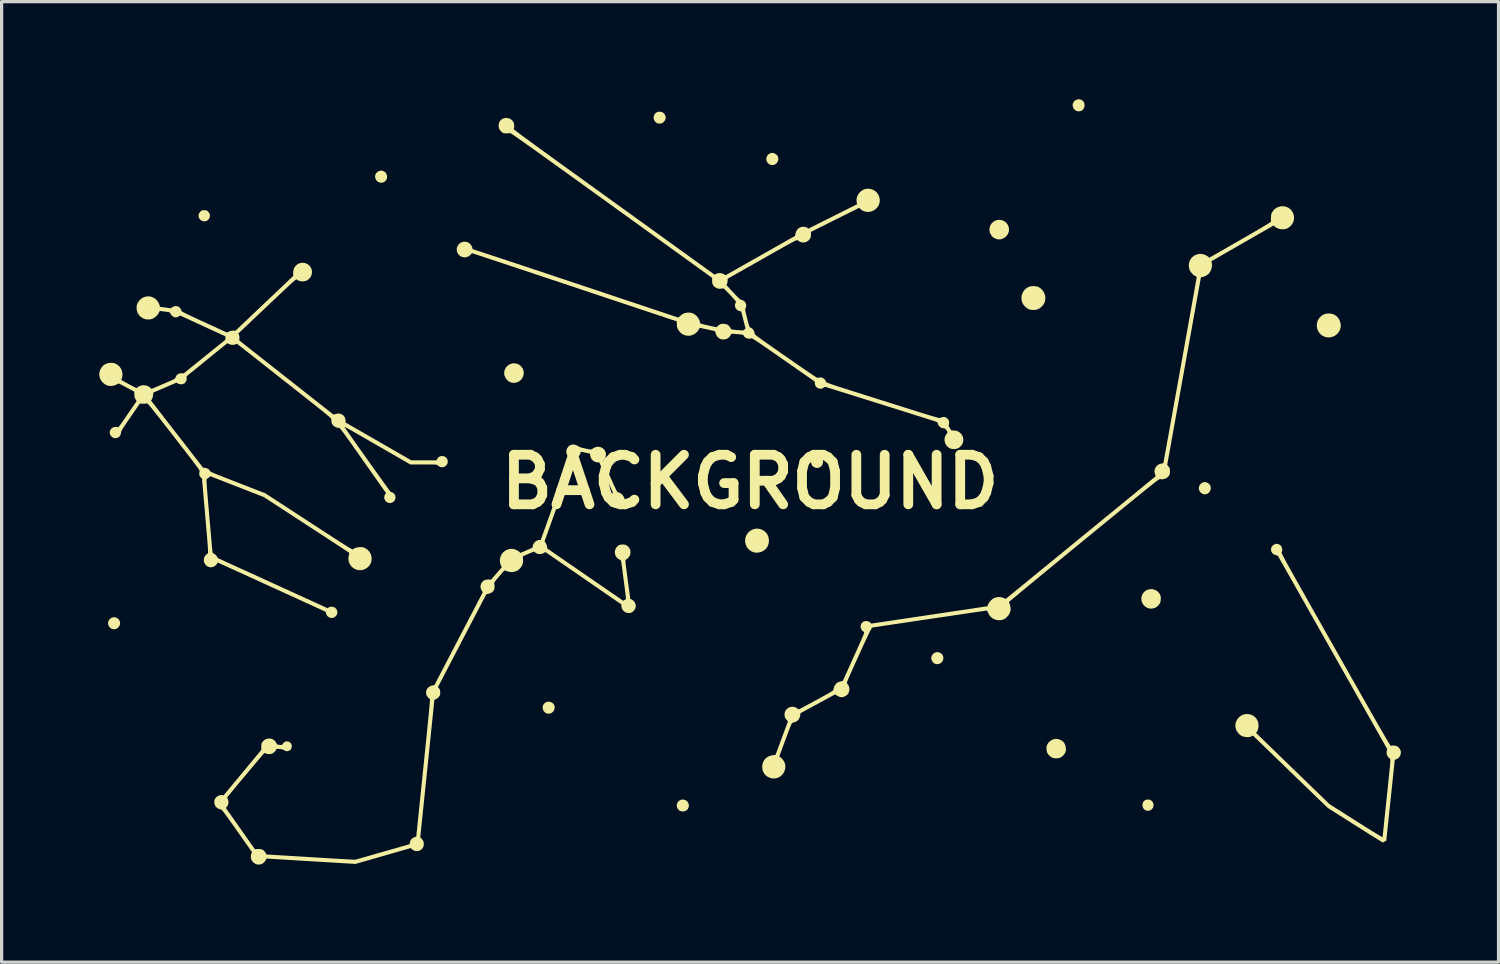
<source format=kicad_pcb>
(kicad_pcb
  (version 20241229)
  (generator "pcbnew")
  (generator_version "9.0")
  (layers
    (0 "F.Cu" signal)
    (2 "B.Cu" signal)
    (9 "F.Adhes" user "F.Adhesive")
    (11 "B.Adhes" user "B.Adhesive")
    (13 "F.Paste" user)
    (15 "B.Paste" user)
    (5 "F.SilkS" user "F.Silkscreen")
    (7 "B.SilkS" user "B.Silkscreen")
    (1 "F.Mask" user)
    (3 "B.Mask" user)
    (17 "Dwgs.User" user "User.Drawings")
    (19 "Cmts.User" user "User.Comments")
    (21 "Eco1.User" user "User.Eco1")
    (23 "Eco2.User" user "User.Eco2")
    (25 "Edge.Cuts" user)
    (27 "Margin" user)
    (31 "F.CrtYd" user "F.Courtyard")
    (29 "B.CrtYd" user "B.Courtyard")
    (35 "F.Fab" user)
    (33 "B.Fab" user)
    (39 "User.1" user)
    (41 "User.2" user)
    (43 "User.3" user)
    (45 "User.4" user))
  (footprint "BACKGROUND"
    (layer "F.Cu")
    (at 20.003 11.761)
    (property "Reference" "BACKGROUND" (at 0 0 0) (layer "F.SilkS") (effects (font (size 1.524 1.524) (thickness 0.3))))
    (attr through_hole)
    (fp_poly (pts (xy -11.297 -9.563) (xy -11.242 -9.54) (xy -11.206 -9.51) (xy -11.169 -9.455) (xy -11.154 -9.397) (xy -11.158 -9.339) (xy -11.179 -9.285) (xy -11.216 -9.241) (xy -11.264 -9.209) (xy -11.323 -9.195) (xy -11.378 -9.199) (xy -11.44 -9.224) (xy -11.487 -9.27) (xy -11.512 -9.315) (xy -11.526 -9.377) (xy -11.519 -9.434) (xy -11.494 -9.484) (xy -11.456 -9.525) (xy -11.407 -9.553) (xy -11.353 -9.567)) (stroke (width 0) (type solid)) (fill yes) (layer "F.SilkS"))
    (fp_poly (pts (xy -6.129 6.764) (xy -6.078 6.79) (xy -6.037 6.83) (xy -6.011 6.883) (xy -6.004 6.932) (xy -6.016 6.996) (xy -6.046 7.051) (xy -6.091 7.094) (xy -6.147 7.119) (xy -6.208 7.125) (xy -6.243 7.118) (xy -6.3 7.089) (xy -6.343 7.043) (xy -6.368 6.986) (xy -6.375 6.925) (xy -6.362 6.863) (xy -6.342 6.828) (xy -6.297 6.784) (xy -6.244 6.759) (xy -6.186 6.753)) (stroke (width 0) (type solid)) (fill yes) (layer "F.SilkS"))
    (fp_poly (pts (xy -2.711 -11.367) (xy -2.658 -11.336) (xy -2.617 -11.287) (xy -2.612 -11.277) (xy -2.592 -11.216) (xy -2.597 -11.157) (xy -2.619 -11.107) (xy -2.662 -11.055) (xy -2.718 -11.022) (xy -2.781 -11.011) (xy -2.846 -11.022) (xy -2.871 -11.033) (xy -2.919 -11.072) (xy -2.951 -11.125) (xy -2.965 -11.185) (xy -2.959 -11.248) (xy -2.933 -11.305) (xy -2.887 -11.349) (xy -2.831 -11.374) (xy -2.771 -11.38)) (stroke (width 0) (type solid)) (fill yes) (layer "F.SilkS"))
    (fp_poly (pts (xy 2.12 -0.792) (xy 2.174 -0.76) (xy 2.216 -0.714) (xy 2.241 -0.659) (xy 2.245 -0.622) (xy 2.234 -0.555) (xy 2.204 -0.499) (xy 2.16 -0.458) (xy 2.104 -0.433) (xy 2.042 -0.429) (xy 2 -0.439) (xy 1.938 -0.471) (xy 1.898 -0.515) (xy 1.878 -0.574) (xy 1.875 -0.616) (xy 1.887 -0.679) (xy 1.919 -0.733) (xy 1.966 -0.775) (xy 2.024 -0.8) (xy 2.06 -0.804)) (stroke (width 0) (type solid)) (fill yes) (layer "F.SilkS"))
    (fp_poly (pts (xy 12.266 9.764) (xy 12.323 9.787) (xy 12.368 9.829) (xy 12.375 9.84) (xy 12.399 9.9) (xy 12.401 9.959) (xy 12.383 10.014) (xy 12.349 10.059) (xy 12.302 10.092) (xy 12.245 10.108) (xy 12.186 10.104) (xy 12.131 10.08) (xy 12.091 10.04) (xy 12.066 9.989) (xy 12.057 9.933) (xy 12.064 9.877) (xy 12.089 9.826) (xy 12.132 9.786) (xy 12.144 9.779) (xy 12.205 9.761)) (stroke (width 0) (type solid)) (fill yes) (layer "F.SilkS"))
    (fp_poly (pts (xy -19.504 4.163) (xy -19.448 4.187) (xy -19.4 4.229) (xy -19.388 4.247) (xy -19.364 4.306) (xy -19.362 4.364) (xy -19.379 4.418) (xy -19.41 4.465) (xy -19.453 4.502) (xy -19.505 4.525) (xy -19.562 4.53) (xy -19.62 4.515) (xy -19.648 4.5) (xy -19.697 4.453) (xy -19.726 4.395) (xy -19.733 4.332) (xy -19.716 4.267) (xy -19.713 4.261) (xy -19.674 4.209) (xy -19.623 4.175) (xy -19.564 4.159)) (stroke (width 0) (type solid)) (fill yes) (layer "F.SilkS"))
    (fp_poly (pts (xy -2.04 9.763) (xy -1.978 9.783) (xy -1.93 9.82) (xy -1.897 9.871) (xy -1.881 9.929) (xy -1.886 9.991) (xy -1.912 10.051) (xy -1.916 10.056) (xy -1.961 10.099) (xy -2.018 10.124) (xy -2.081 10.13) (xy -2.143 10.115) (xy -2.17 10.1) (xy -2.219 10.055) (xy -2.246 10.002) (xy -2.255 9.946) (xy -2.246 9.89) (xy -2.221 9.84) (xy -2.182 9.799) (xy -2.13 9.771) (xy -2.067 9.761)) (stroke (width 0) (type solid)) (fill yes) (layer "F.SilkS"))
    (fp_poly (pts (xy 0.708 -10.11) (xy 0.762 -10.091) (xy 0.81 -10.06) (xy 0.842 -10.025) (xy 0.866 -9.965) (xy 0.868 -9.905) (xy 0.852 -9.85) (xy 0.821 -9.802) (xy 0.778 -9.764) (xy 0.726 -9.741) (xy 0.668 -9.737) (xy 0.608 -9.753) (xy 0.599 -9.758) (xy 0.546 -9.798) (xy 0.513 -9.849) (xy 0.498 -9.906) (xy 0.502 -9.964) (xy 0.524 -10.018) (xy 0.561 -10.065) (xy 0.615 -10.098) (xy 0.659 -10.111)) (stroke (width 0) (type solid)) (fill yes) (layer "F.SilkS"))
    (fp_poly (pts (xy 5.792 5.234) (xy 5.847 5.253) (xy 5.894 5.291) (xy 5.923 5.333) (xy 5.941 5.394) (xy 5.938 5.454) (xy 5.917 5.507) (xy 5.881 5.551) (xy 5.833 5.584) (xy 5.777 5.601) (xy 5.718 5.6) (xy 5.657 5.577) (xy 5.654 5.575) (xy 5.616 5.54) (xy 5.586 5.49) (xy 5.568 5.437) (xy 5.567 5.392) (xy 5.59 5.329) (xy 5.629 5.281) (xy 5.678 5.248) (xy 5.734 5.232)) (stroke (width 0) (type solid)) (fill yes) (layer "F.SilkS"))
    (fp_poly (pts (xy -16.731 -8.348) (xy -16.7 -8.34) (xy -16.675 -8.325) (xy -16.667 -8.318) (xy -16.622 -8.263) (xy -16.601 -8.205) (xy -16.601 -8.162) (xy -16.621 -8.098) (xy -16.659 -8.05) (xy -16.71 -8.018) (xy -16.771 -8.007) (xy -16.833 -8.018) (xy -16.89 -8.05) (xy -16.93 -8.098) (xy -16.95 -8.149) (xy -16.952 -8.203) (xy -16.935 -8.252) (xy -16.898 -8.303) (xy -16.871 -8.329) (xy -16.848 -8.343) (xy -16.819 -8.349) (xy -16.778 -8.35)) (stroke (width 0) (type solid)) (fill yes) (layer "F.SilkS"))
    (fp_poly (pts (xy 10.175 -11.746) (xy 10.18 -11.744) (xy 10.236 -11.702) (xy 10.27 -11.648) (xy 10.282 -11.582) (xy 10.282 -11.581) (xy 10.272 -11.511) (xy 10.241 -11.454) (xy 10.195 -11.413) (xy 10.135 -11.391) (xy 10.067 -11.391) (xy 10.055 -11.393) (xy 10 -11.417) (xy 9.955 -11.46) (xy 9.924 -11.516) (xy 9.913 -11.58) (xy 9.913 -11.581) (xy 9.924 -11.641) (xy 9.955 -11.692) (xy 10.001 -11.731) (xy 10.057 -11.755) (xy 10.116 -11.761)) (stroke (width 0) (type solid)) (fill yes) (layer "F.SilkS"))
    (fp_poly (pts (xy 14.001 0.007) (xy 14.055 0.025) (xy 14.103 0.056) (xy 14.135 0.092) (xy 14.158 0.151) (xy 14.159 0.213) (xy 14.142 0.271) (xy 14.108 0.322) (xy 14.061 0.36) (xy 14.003 0.38) (xy 13.976 0.383) (xy 13.938 0.377) (xy 13.897 0.362) (xy 13.893 0.36) (xy 13.84 0.322) (xy 13.807 0.272) (xy 13.792 0.216) (xy 13.795 0.158) (xy 13.815 0.103) (xy 13.851 0.056) (xy 13.903 0.021) (xy 13.952 0.005)) (stroke (width 0) (type solid)) (fill yes) (layer "F.SilkS"))
    (fp_poly (pts (xy -7.158 -3.631) (xy -7.096 -3.602) (xy -7.038 -3.553) (xy -7.037 -3.552) (xy -6.988 -3.484) (xy -6.961 -3.406) (xy -6.956 -3.324) (xy -6.974 -3.242) (xy -6.983 -3.221) (xy -7.029 -3.149) (xy -7.092 -3.094) (xy -7.166 -3.058) (xy -7.247 -3.043) (xy -7.329 -3.05) (xy -7.406 -3.081) (xy -7.471 -3.133) (xy -7.52 -3.2) (xy -7.551 -3.281) (xy -7.553 -3.288) (xy -7.558 -3.369) (xy -7.541 -3.446) (xy -7.505 -3.515) (xy -7.452 -3.573) (xy -7.387 -3.616) (xy -7.312 -3.641) (xy -7.233 -3.645)) (stroke (width 0) (type solid)) (fill yes) (layer "F.SilkS"))
    (fp_poly (pts (xy 7.745 -8.043) (xy 7.817 -8.011) (xy 7.876 -7.964) (xy 7.92 -7.904) (xy 7.948 -7.836) (xy 7.959 -7.763) (xy 7.951 -7.688) (xy 7.923 -7.616) (xy 7.874 -7.55) (xy 7.859 -7.536) (xy 7.784 -7.483) (xy 7.706 -7.456) (xy 7.626 -7.453) (xy 7.562 -7.468) (xy 7.497 -7.498) (xy 7.447 -7.538) (xy 7.413 -7.579) (xy 7.373 -7.653) (xy 7.356 -7.73) (xy 7.36 -7.807) (xy 7.383 -7.879) (xy 7.422 -7.944) (xy 7.477 -7.997) (xy 7.545 -8.035) (xy 7.625 -8.054) (xy 7.66 -8.055)) (stroke (width 0) (type solid)) (fill yes) (layer "F.SilkS"))
    (fp_poly (pts (xy 12.362 3.295) (xy 12.446 3.318) (xy 12.52 3.362) (xy 12.579 3.427) (xy 12.601 3.462) (xy 12.617 3.511) (xy 12.624 3.574) (xy 12.62 3.641) (xy 12.607 3.703) (xy 12.595 3.733) (xy 12.545 3.802) (xy 12.479 3.854) (xy 12.402 3.886) (xy 12.319 3.896) (xy 12.271 3.891) (xy 12.194 3.865) (xy 12.126 3.818) (xy 12.072 3.754) (xy 12.036 3.679) (xy 12.031 3.657) (xy 12.024 3.574) (xy 12.04 3.496) (xy 12.075 3.426) (xy 12.127 3.368) (xy 12.193 3.324) (xy 12.269 3.299) (xy 12.352 3.294)) (stroke (width 0) (type solid)) (fill yes) (layer "F.SilkS"))
    (fp_poly (pts (xy 0.335 1.455) (xy 0.373 1.471) (xy 0.456 1.525) (xy 0.518 1.593) (xy 0.559 1.676) (xy 0.578 1.77) (xy 0.58 1.805) (xy 0.57 1.898) (xy 0.54 1.98) (xy 0.487 2.056) (xy 0.486 2.057) (xy 0.423 2.111) (xy 0.346 2.149) (xy 0.26 2.171) (xy 0.173 2.175) (xy 0.113 2.165) (xy 0.028 2.128) (xy -0.045 2.072) (xy -0.101 2) (xy -0.138 1.915) (xy -0.154 1.822) (xy -0.155 1.806) (xy -0.143 1.713) (xy -0.111 1.631) (xy -0.061 1.56) (xy 0.003 1.503) (xy 0.078 1.462) (xy 0.161 1.439) (xy 0.248 1.436)) (stroke (width 0) (type solid)) (fill yes) (layer "F.SilkS"))
    (fp_poly (pts (xy 9.472 7.906) (xy 9.538 7.928) (xy 9.596 7.961) (xy 9.628 7.988) (xy 9.669 8.048) (xy 9.696 8.121) (xy 9.708 8.198) (xy 9.702 8.272) (xy 9.691 8.31) (xy 9.658 8.366) (xy 9.611 8.419) (xy 9.558 8.461) (xy 9.536 8.473) (xy 9.474 8.491) (xy 9.401 8.496) (xy 9.33 8.488) (xy 9.281 8.472) (xy 9.218 8.432) (xy 9.164 8.375) (xy 9.129 8.315) (xy 9.115 8.261) (xy 9.109 8.197) (xy 9.114 8.134) (xy 9.126 8.085) (xy 9.169 8.015) (xy 9.229 7.958) (xy 9.302 7.918) (xy 9.383 7.898) (xy 9.409 7.897)) (stroke (width 0) (type solid)) (fill yes) (layer "F.SilkS"))
    (fp_poly (pts (xy 8.814 -6.007) (xy 8.873 -5.986) (xy 8.949 -5.933) (xy 9.009 -5.864) (xy 9.051 -5.784) (xy 9.073 -5.696) (xy 9.074 -5.605) (xy 9.052 -5.516) (xy 9.046 -5.501) (xy 9.006 -5.436) (xy 8.951 -5.376) (xy 8.886 -5.328) (xy 8.832 -5.302) (xy 8.758 -5.286) (xy 8.676 -5.284) (xy 8.598 -5.296) (xy 8.577 -5.302) (xy 8.513 -5.336) (xy 8.45 -5.389) (xy 8.398 -5.453) (xy 8.373 -5.495) (xy 8.344 -5.581) (xy 8.339 -5.67) (xy 8.354 -5.756) (xy 8.389 -5.837) (xy 8.441 -5.909) (xy 8.509 -5.966) (xy 8.588 -6.003) (xy 8.659 -6.017) (xy 8.738 -6.019)) (stroke (width 0) (type solid)) (fill yes) (layer "F.SilkS"))
    (fp_poly (pts (xy 17.824 -5.174) (xy 17.894 -5.163) (xy 17.945 -5.145) (xy 18.015 -5.101) (xy 18.067 -5.05) (xy 18.109 -4.984) (xy 18.115 -4.973) (xy 18.147 -4.882) (xy 18.155 -4.791) (xy 18.14 -4.703) (xy 18.104 -4.622) (xy 18.048 -4.55) (xy 17.972 -4.492) (xy 17.947 -4.479) (xy 17.86 -4.448) (xy 17.769 -4.439) (xy 17.681 -4.453) (xy 17.665 -4.458) (xy 17.58 -4.5) (xy 17.513 -4.558) (xy 17.463 -4.627) (xy 17.431 -4.705) (xy 17.417 -4.787) (xy 17.421 -4.871) (xy 17.444 -4.952) (xy 17.486 -5.028) (xy 17.547 -5.094) (xy 17.621 -5.144) (xy 17.678 -5.164) (xy 17.749 -5.174)) (stroke (width 0) (type solid)) (fill yes) (layer "F.SilkS"))
    (fp_poly (pts (xy 16.238 1.912) (xy 16.29 1.941) (xy 16.329 1.983) (xy 16.329 1.983) (xy 16.348 2.029) (xy 16.355 2.082) (xy 16.35 2.132) (xy 16.337 2.164) (xy 16.335 2.168) (xy 16.335 2.174) (xy 16.338 2.183) (xy 16.342 2.196) (xy 16.35 2.213) (xy 16.36 2.236) (xy 16.375 2.266) (xy 16.394 2.302) (xy 16.417 2.346) (xy 16.445 2.399) (xy 16.479 2.461) (xy 16.518 2.533) (xy 16.564 2.616) (xy 16.617 2.711) (xy 16.677 2.819) (xy 16.745 2.939) (xy 16.82 3.074) (xy 16.904 3.224) (xy 16.998 3.389) (xy 17.1 3.571) (xy 17.212 3.77) (xy 17.335 3.987) (xy 17.468 4.222) (xy 17.612 4.478) (xy 17.768 4.753) (xy 17.936 5.05) (xy 17.997 5.158) (xy 18.17 5.464) (xy 18.332 5.749) (xy 18.481 6.013) (xy 18.62 6.257) (xy 18.747 6.482) (xy 18.864 6.689) (xy 18.972 6.878) (xy 19.069 7.05) (xy 19.158 7.206) (xy 19.238 7.346) (xy 19.31 7.472) (xy 19.374 7.583) (xy 19.431 7.682) (xy 19.481 7.768) (xy 19.524 7.842) (xy 19.562 7.906) (xy 19.594 7.96) (xy 19.62 8.004) (xy 19.642 8.039) (xy 19.66 8.067) (xy 19.674 8.087) (xy 19.684 8.101) (xy 19.692 8.109) (xy 19.697 8.113) (xy 19.699 8.113) (xy 19.739 8.102) (xy 19.793 8.102) (xy 19.848 8.112) (xy 19.894 8.13) (xy 19.941 8.169) (xy 19.978 8.223) (xy 20 8.284) (xy 20.003 8.317) (xy 19.992 8.384) (xy 19.961 8.446) (xy 19.915 8.495) (xy 19.858 8.526) (xy 19.847 8.529) (xy 19.821 8.542) (xy 19.812 8.558) (xy 19.81 8.574) (xy 19.806 8.613) (xy 19.8 8.674) (xy 19.792 8.755) (xy 19.781 8.854) (xy 19.769 8.97) (xy 19.756 9.1) (xy 19.74 9.244) (xy 19.724 9.399) (xy 19.707 9.563) (xy 19.689 9.736) (xy 19.681 9.81) (xy 19.551 11.042) (xy 19.515 11.046) (xy 19.486 11.055) (xy 19.472 11.068) (xy 19.458 11.084) (xy 19.45 11.085) (xy 19.438 11.078) (xy 19.405 11.059) (xy 19.354 11.028) (xy 19.287 10.986) (xy 19.204 10.935) (xy 19.109 10.876) (xy 19.002 10.809) (xy 18.885 10.735) (xy 18.76 10.656) (xy 18.628 10.573) (xy 18.596 10.553) (xy 17.755 10.021) (xy 15.457 7.798) (xy 15.4 7.824) (xy 15.359 7.838) (xy 15.317 7.844) (xy 15.262 7.844) (xy 15.253 7.843) (xy 15.166 7.83) (xy 15.095 7.801) (xy 15.033 7.754) (xy 15.005 7.724) (xy 14.951 7.645) (xy 14.92 7.56) (xy 14.913 7.472) (xy 14.929 7.386) (xy 14.969 7.303) (xy 15.021 7.239) (xy 15.094 7.182) (xy 15.173 7.147) (xy 15.255 7.133) (xy 15.336 7.138) (xy 15.414 7.161) (xy 15.484 7.2) (xy 15.544 7.255) (xy 15.59 7.323) (xy 15.619 7.405) (xy 15.628 7.484) (xy 15.62 7.571) (xy 15.597 7.644) (xy 15.575 7.682) (xy 15.551 7.716) (xy 17.812 9.906) (xy 18.624 10.42) (xy 18.765 10.509) (xy 18.896 10.592) (xy 19.016 10.667) (xy 19.124 10.734) (xy 19.218 10.791) (xy 19.298 10.839) (xy 19.361 10.877) (xy 19.406 10.903) (xy 19.432 10.916) (xy 19.438 10.918) (xy 19.44 10.903) (xy 19.444 10.865) (xy 19.451 10.804) (xy 19.459 10.724) (xy 19.47 10.626) (xy 19.482 10.511) (xy 19.495 10.381) (xy 19.51 10.239) (xy 19.526 10.085) (xy 19.543 9.922) (xy 19.561 9.752) (xy 19.566 9.71) (xy 19.587 9.509) (xy 19.605 9.332) (xy 19.621 9.177) (xy 19.635 9.043) (xy 19.646 8.929) (xy 19.656 8.832) (xy 19.664 8.751) (xy 19.669 8.685) (xy 19.673 8.632) (xy 19.676 8.592) (xy 19.677 8.561) (xy 19.677 8.539) (xy 19.676 8.524) (xy 19.674 8.514) (xy 19.671 8.509) (xy 19.668 8.507) (xy 19.616 8.464) (xy 19.58 8.406) (xy 19.563 8.338) (xy 19.567 8.267) (xy 19.581 8.209) (xy 16.218 2.266) (xy 16.156 2.251) (xy 16.092 2.224) (xy 16.044 2.182) (xy 16.017 2.128) (xy 16.011 2.085) (xy 16.015 2.04) (xy 16.027 2) (xy 16.032 1.99) (xy 16.063 1.954) (xy 16.109 1.924) (xy 16.157 1.904) (xy 16.183 1.901)) (stroke (width 0) (type solid)) (fill yes) (layer "F.SilkS"))
    (fp_poly (pts (xy 16.465 -8.46) (xy 16.545 -8.426) (xy 16.608 -8.378) (xy 16.663 -8.309) (xy 16.701 -8.228) (xy 16.718 -8.142) (xy 16.715 -8.056) (xy 16.691 -7.975) (xy 16.689 -7.972) (xy 16.642 -7.899) (xy 16.58 -7.836) (xy 16.51 -7.791) (xy 16.508 -7.79) (xy 16.431 -7.767) (xy 16.347 -7.763) (xy 16.262 -7.776) (xy 16.185 -7.806) (xy 16.124 -7.85) (xy 16.091 -7.881) (xy 15.134 -7.332) (xy 14.177 -6.782) (xy 14.189 -6.737) (xy 14.198 -6.663) (xy 14.188 -6.583) (xy 14.163 -6.503) (xy 14.124 -6.433) (xy 14.08 -6.383) (xy 14.013 -6.338) (xy 13.94 -6.306) (xy 13.904 -6.297) (xy 13.857 -6.289) (xy 13.831 -6.146) (xy 13.826 -6.119) (xy 13.817 -6.069) (xy 13.804 -5.996) (xy 13.787 -5.902) (xy 13.766 -5.788) (xy 13.742 -5.654) (xy 13.715 -5.503) (xy 13.685 -5.335) (xy 13.652 -5.152) (xy 13.616 -4.955) (xy 13.579 -4.744) (xy 13.539 -4.522) (xy 13.497 -4.29) (xy 13.453 -4.048) (xy 13.408 -3.798) (xy 13.362 -3.542) (xy 13.315 -3.279) (xy 13.312 -3.263) (xy 12.82 -0.523) (xy 12.862 -0.471) (xy 12.884 -0.441) (xy 12.897 -0.415) (xy 12.903 -0.383) (xy 12.904 -0.337) (xy 12.904 -0.326) (xy 12.903 -0.273) (xy 12.896 -0.236) (xy 12.884 -0.205) (xy 12.872 -0.187) (xy 12.827 -0.139) (xy 12.769 -0.104) (xy 12.704 -0.083) (xy 12.64 -0.079) (xy 12.601 -0.088) (xy 12.596 -0.089) (xy 12.589 -0.086) (xy 12.579 -0.081) (xy 12.564 -0.072) (xy 12.544 -0.059) (xy 12.519 -0.041) (xy 12.488 -0.018) (xy 12.45 0.011) (xy 12.403 0.047) (xy 12.348 0.09) (xy 12.284 0.141) (xy 12.21 0.201) (xy 12.125 0.269) (xy 12.028 0.347) (xy 11.92 0.435) (xy 11.798 0.534) (xy 11.662 0.645) (xy 11.512 0.767) (xy 11.347 0.902) (xy 11.165 1.051) (xy 10.967 1.213) (xy 10.751 1.389) (xy 10.518 1.58) (xy 10.265 1.787) (xy 10.262 1.789) (xy 10.05 1.963) (xy 9.843 2.132) (xy 9.643 2.297) (xy 9.449 2.456) (xy 9.263 2.609) (xy 9.086 2.754) (xy 8.919 2.892) (xy 8.762 3.021) (xy 8.616 3.141) (xy 8.483 3.252) (xy 8.362 3.351) (xy 8.256 3.44) (xy 8.164 3.516) (xy 8.088 3.58) (xy 8.028 3.63) (xy 7.986 3.666) (xy 7.962 3.687) (xy 7.957 3.692) (xy 7.962 3.711) (xy 7.974 3.745) (xy 7.985 3.776) (xy 8.007 3.869) (xy 8.005 3.958) (xy 7.977 4.043) (xy 7.924 4.122) (xy 7.916 4.131) (xy 7.847 4.194) (xy 7.773 4.233) (xy 7.69 4.251) (xy 7.654 4.253) (xy 7.561 4.241) (xy 7.475 4.208) (xy 7.403 4.155) (xy 7.346 4.086) (xy 7.314 4.02) (xy 7.296 3.977) (xy 7.278 3.957) (xy 7.268 3.955) (xy 7.253 3.957) (xy 7.215 3.962) (xy 7.156 3.971) (xy 7.076 3.982) (xy 6.978 3.996) (xy 6.864 4.013) (xy 6.735 4.032) (xy 6.594 4.053) (xy 6.441 4.076) (xy 6.279 4.1) (xy 6.109 4.125) (xy 5.934 4.151) (xy 5.754 4.177) (xy 5.573 4.204) (xy 5.39 4.232) (xy 5.21 4.258) (xy 5.032 4.285) (xy 4.859 4.311) (xy 4.692 4.336) (xy 4.534 4.359) (xy 4.386 4.381) (xy 4.25 4.402) (xy 4.128 4.42) (xy 4.021 4.436) (xy 3.931 4.45) (xy 3.86 4.461) (xy 3.81 4.468) (xy 3.782 4.473) (xy 3.779 4.473) (xy 3.751 4.483) (xy 3.738 4.496) (xy 3.738 4.497) (xy 3.73 4.518) (xy 3.712 4.546) (xy 3.708 4.55) (xy 3.698 4.568) (xy 3.678 4.607) (xy 3.65 4.665) (xy 3.614 4.74) (xy 3.571 4.831) (xy 3.523 4.935) (xy 3.47 5.05) (xy 3.413 5.174) (xy 3.353 5.306) (xy 3.319 5.381) (xy 3.249 5.536) (xy 3.189 5.669) (xy 3.138 5.783) (xy 3.095 5.878) (xy 3.06 5.957) (xy 3.032 6.021) (xy 3.011 6.072) (xy 2.995 6.111) (xy 2.985 6.141) (xy 2.979 6.162) (xy 2.976 6.177) (xy 2.977 6.187) (xy 2.979 6.193) (xy 2.984 6.199) (xy 2.985 6.2) (xy 3.029 6.26) (xy 3.051 6.331) (xy 3.052 6.405) (xy 3.03 6.478) (xy 3.02 6.496) (xy 2.989 6.539) (xy 2.949 6.571) (xy 2.915 6.59) (xy 2.851 6.614) (xy 2.791 6.617) (xy 2.731 6.6) (xy 2.676 6.571) (xy 2.612 6.531) (xy 2.078 6.821) (xy 1.544 7.112) (xy 1.544 7.154) (xy 1.534 7.212) (xy 1.51 7.272) (xy 1.476 7.321) (xy 1.439 7.351) (xy 1.39 7.378) (xy 1.341 7.395) (xy 1.314 7.399) (xy 1.306 7.4) (xy 1.298 7.405) (xy 1.289 7.415) (xy 1.279 7.432) (xy 1.265 7.46) (xy 1.249 7.499) (xy 1.227 7.552) (xy 1.201 7.621) (xy 1.168 7.708) (xy 1.128 7.815) (xy 1.089 7.919) (xy 0.897 8.439) (xy 0.939 8.468) (xy 0.982 8.507) (xy 1.024 8.56) (xy 1.058 8.619) (xy 1.07 8.648) (xy 1.085 8.732) (xy 1.079 8.818) (xy 1.052 8.901) (xy 1.007 8.977) (xy 0.946 9.04) (xy 0.872 9.086) (xy 0.864 9.089) (xy 0.79 9.11) (xy 0.709 9.115) (xy 0.635 9.104) (xy 0.545 9.067) (xy 0.472 9.012) (xy 0.418 8.941) (xy 0.384 8.857) (xy 0.372 8.762) (xy 0.373 8.722) (xy 0.392 8.63) (xy 0.432 8.55) (xy 0.492 8.485) (xy 0.569 8.436) (xy 0.662 8.405) (xy 0.702 8.398) (xy 0.782 8.388) (xy 1.164 7.359) (xy 1.125 7.319) (xy 1.084 7.264) (xy 1.063 7.205) (xy 1.059 7.151) (xy 1.064 7.091) (xy 1.082 7.043) (xy 1.117 6.994) (xy 1.123 6.986) (xy 1.179 6.94) (xy 1.246 6.915) (xy 1.318 6.91) (xy 1.389 6.926) (xy 1.45 6.96) (xy 1.478 6.98) (xy 1.497 6.99) (xy 1.499 6.991) (xy 1.512 6.985) (xy 1.545 6.968) (xy 1.595 6.941) (xy 1.661 6.906) (xy 1.741 6.863) (xy 1.832 6.814) (xy 1.932 6.759) (xy 2.036 6.703) (xy 2.158 6.636) (xy 2.26 6.58) (xy 2.343 6.535) (xy 2.41 6.497) (xy 2.461 6.468) (xy 2.5 6.444) (xy 2.527 6.426) (xy 2.546 6.412) (xy 2.557 6.401) (xy 2.562 6.391) (xy 2.564 6.382) (xy 2.564 6.374) (xy 2.57 6.339) (xy 2.585 6.295) (xy 2.597 6.267) (xy 2.637 6.207) (xy 2.691 6.164) (xy 2.763 6.136) (xy 2.785 6.13) (xy 2.85 6.116) (xy 3.187 5.37) (xy 3.255 5.22) (xy 3.313 5.091) (xy 3.362 4.981) (xy 3.402 4.89) (xy 3.435 4.816) (xy 3.461 4.756) (xy 3.48 4.709) (xy 3.493 4.674) (xy 3.501 4.648) (xy 3.505 4.631) (xy 3.506 4.62) (xy 3.503 4.614) (xy 3.501 4.612) (xy 3.447 4.57) (xy 3.413 4.518) (xy 3.397 4.46) (xy 3.4 4.402) (xy 3.424 4.348) (xy 3.467 4.304) (xy 3.47 4.302) (xy 3.525 4.279) (xy 3.586 4.275) (xy 3.645 4.29) (xy 3.687 4.318) (xy 3.725 4.355) (xy 7.295 3.821) (xy 7.312 3.77) (xy 7.332 3.729) (xy 7.369 3.68) (xy 7.4 3.646) (xy 7.445 3.604) (xy 7.485 3.577) (xy 7.528 3.558) (xy 7.546 3.552) (xy 7.64 3.537) (xy 7.733 3.547) (xy 7.801 3.571) (xy 7.857 3.596) (xy 10.119 1.745) (xy 10.33 1.573) (xy 10.535 1.405) (xy 10.735 1.241) (xy 10.928 1.083) (xy 11.114 0.932) (xy 11.29 0.787) (xy 11.458 0.65) (xy 11.615 0.521) (xy 11.761 0.402) (xy 11.895 0.292) (xy 12.016 0.193) (xy 12.123 0.105) (xy 12.215 0.03) (xy 12.292 -0.033) (xy 12.352 -0.082) (xy 12.395 -0.117) (xy 12.419 -0.137) (xy 12.424 -0.141) (xy 12.467 -0.176) (xy 12.445 -0.235) (xy 12.429 -0.309) (xy 12.436 -0.381) (xy 12.463 -0.447) (xy 12.508 -0.502) (xy 12.567 -0.543) (xy 12.64 -0.564) (xy 12.648 -0.565) (xy 12.681 -0.571) (xy 12.7 -0.579) (xy 12.702 -0.582) (xy 12.705 -0.596) (xy 12.712 -0.634) (xy 12.723 -0.695) (xy 12.738 -0.776) (xy 12.756 -0.877) (xy 12.778 -0.996) (xy 12.802 -1.132) (xy 12.83 -1.284) (xy 12.86 -1.45) (xy 12.892 -1.628) (xy 12.926 -1.818) (xy 12.962 -2.018) (xy 13 -2.227) (xy 13.038 -2.443) (xy 13.078 -2.665) (xy 13.119 -2.892) (xy 13.16 -3.122) (xy 13.202 -3.353) (xy 13.244 -3.586) (xy 13.285 -3.817) (xy 13.326 -4.046) (xy 13.366 -4.272) (xy 13.406 -4.492) (xy 13.444 -4.706) (xy 13.481 -4.913) (xy 13.517 -5.11) (xy 13.55 -5.297) (xy 13.581 -5.472) (xy 13.61 -5.634) (xy 13.637 -5.782) (xy 13.66 -5.914) (xy 13.68 -6.028) (xy 13.697 -6.124) (xy 13.711 -6.199) (xy 13.72 -6.254) (xy 13.726 -6.286) (xy 13.727 -6.294) (xy 13.716 -6.311) (xy 13.697 -6.32) (xy 13.661 -6.337) (xy 13.618 -6.371) (xy 13.574 -6.415) (xy 13.537 -6.462) (xy 13.515 -6.499) (xy 13.489 -6.581) (xy 13.483 -6.669) (xy 13.497 -6.755) (xy 13.517 -6.809) (xy 13.569 -6.887) (xy 13.635 -6.946) (xy 13.713 -6.986) (xy 13.797 -7.007) (xy 13.884 -7.006) (xy 13.971 -6.985) (xy 14.053 -6.941) (xy 14.078 -6.922) (xy 14.116 -6.891) (xy 15.066 -7.437) (xy 15.238 -7.536) (xy 15.389 -7.623) (xy 15.521 -7.699) (xy 15.633 -7.765) (xy 15.728 -7.821) (xy 15.808 -7.868) (xy 15.872 -7.907) (xy 15.922 -7.938) (xy 15.96 -7.963) (xy 15.987 -7.981) (xy 16.004 -7.995) (xy 16.012 -8.004) (xy 16.013 -8.007) (xy 16.007 -8.06) (xy 16.007 -8.122) (xy 16.012 -8.183) (xy 16.021 -8.234) (xy 16.028 -8.258) (xy 16.076 -8.336) (xy 16.138 -8.398) (xy 16.213 -8.442) (xy 16.295 -8.467) (xy 16.38 -8.474)) (stroke (width 0) (type solid)) (fill yes) (layer "F.SilkS"))
    (fp_poly (pts (xy -5.396 -1.147) (xy -5.325 -1.122) (xy -5.288 -1.1) (xy -5.256 -1.081) (xy -5.214 -1.064) (xy -5.159 -1.048) (xy -5.085 -1.031) (xy -5.075 -1.028) (xy -5.013 -1.016) (xy -4.958 -1.005) (xy -4.918 -0.998) (xy -4.896 -0.995) (xy -4.895 -0.995) (xy -4.873 -1.002) (xy -4.84 -1.02) (xy -4.818 -1.035) (xy -4.751 -1.069) (xy -4.682 -1.082) (xy -4.616 -1.075) (xy -4.555 -1.051) (xy -4.503 -1.013) (xy -4.462 -0.963) (xy -4.436 -0.903) (xy -4.429 -0.837) (xy -4.442 -0.767) (xy -4.451 -0.746) (xy -4.471 -0.708) (xy -4.492 -0.677) (xy -4.497 -0.672) (xy -4.504 -0.663) (xy -4.508 -0.652) (xy -4.507 -0.636) (xy -4.5 -0.612) (xy -4.486 -0.576) (xy -4.464 -0.525) (xy -4.433 -0.455) (xy -4.413 -0.41) (xy -4.347 -0.263) (xy -4.291 -0.137) (xy -4.243 -0.031) (xy -4.203 0.057) (xy -4.17 0.129) (xy -4.143 0.185) (xy -4.122 0.229) (xy -4.105 0.262) (xy -4.092 0.286) (xy -4.081 0.301) (xy -4.072 0.311) (xy -4.064 0.316) (xy -4.056 0.318) (xy -4.048 0.32) (xy -4.047 0.32) (xy -3.986 0.345) (xy -3.931 0.388) (xy -3.888 0.445) (xy -3.86 0.509) (xy -3.853 0.561) (xy -3.864 0.623) (xy -3.892 0.685) (xy -3.933 0.737) (xy -3.94 0.743) (xy -4.005 0.783) (xy -4.074 0.8) (xy -4.142 0.798) (xy -4.206 0.776) (xy -4.262 0.738) (xy -4.306 0.685) (xy -4.334 0.619) (xy -4.341 0.557) (xy -4.332 0.484) (xy -4.303 0.423) (xy -4.257 0.374) (xy -4.214 0.336) (xy -4.425 -0.132) (xy -4.635 -0.6) (xy -4.685 -0.6) (xy -4.748 -0.611) (xy -4.81 -0.641) (xy -4.86 -0.686) (xy -4.865 -0.692) (xy -4.885 -0.725) (xy -4.902 -0.767) (xy -4.914 -0.808) (xy -4.919 -0.842) (xy -4.917 -0.857) (xy -4.915 -0.862) (xy -4.92 -0.866) (xy -4.935 -0.872) (xy -4.963 -0.879) (xy -5.008 -0.888) (xy -5.075 -0.902) (xy -5.086 -0.904) (xy -5.203 -0.928) (xy -5.216 -0.874) (xy -5.238 -0.826) (xy -5.275 -0.78) (xy -5.32 -0.742) (xy -5.365 -0.72) (xy -5.371 -0.719) (xy -5.397 -0.708) (xy -5.416 -0.684) (xy -5.426 -0.659) (xy -5.433 -0.64) (xy -5.447 -0.598) (xy -5.47 -0.536) (xy -5.499 -0.455) (xy -5.534 -0.356) (xy -5.575 -0.242) (xy -5.62 -0.115) (xy -5.67 0.025) (xy -5.724 0.176) (xy -5.782 0.335) (xy -5.841 0.501) (xy -5.88 0.609) (xy -6.316 1.824) (xy -6.283 1.874) (xy -6.26 1.919) (xy -6.243 1.971) (xy -6.241 1.985) (xy -6.232 2.046) (xy -5.067 2.849) (xy -3.901 3.652) (xy -3.858 3.631) (xy -3.825 3.61) (xy -3.815 3.584) (xy -3.814 3.581) (xy -3.816 3.564) (xy -3.821 3.524) (xy -3.828 3.466) (xy -3.837 3.391) (xy -3.848 3.305) (xy -3.86 3.209) (xy -3.873 3.107) (xy -3.887 3.001) (xy -3.901 2.897) (xy -3.914 2.795) (xy -3.927 2.701) (xy -3.938 2.616) (xy -3.948 2.544) (xy -3.956 2.488) (xy -3.961 2.452) (xy -3.962 2.447) (xy -3.972 2.412) (xy -3.992 2.396) (xy -3.999 2.393) (xy -4.042 2.373) (xy -4.086 2.335) (xy -4.123 2.289) (xy -4.134 2.27) (xy -4.156 2.2) (xy -4.156 2.128) (xy -4.135 2.058) (xy -4.095 1.997) (xy -4.038 1.949) (xy -4.025 1.942) (xy -3.979 1.928) (xy -3.921 1.923) (xy -3.862 1.927) (xy -3.814 1.939) (xy -3.808 1.942) (xy -3.747 1.987) (xy -3.704 2.044) (xy -3.68 2.11) (xy -3.675 2.18) (xy -3.689 2.248) (xy -3.724 2.311) (xy -3.757 2.344) (xy -3.788 2.37) (xy -3.815 2.389) (xy -3.819 2.392) (xy -3.824 2.396) (xy -3.828 2.405) (xy -3.83 2.419) (xy -3.83 2.441) (xy -3.828 2.473) (xy -3.823 2.518) (xy -3.817 2.578) (xy -3.807 2.654) (xy -3.795 2.749) (xy -3.78 2.865) (xy -3.762 3.001) (xy -3.682 3.597) (xy -3.646 3.611) (xy -3.588 3.648) (xy -3.545 3.699) (xy -3.52 3.761) (xy -3.513 3.826) (xy -3.527 3.89) (xy -3.561 3.948) (xy -3.563 3.95) (xy -3.614 3.998) (xy -3.669 4.024) (xy -3.733 4.031) (xy -3.803 4.02) (xy -3.864 3.987) (xy -3.913 3.938) (xy -3.944 3.877) (xy -3.955 3.812) (xy -3.955 3.766) (xy -6.291 2.156) (xy -6.346 2.188) (xy -6.415 2.215) (xy -6.488 2.219) (xy -6.557 2.199) (xy -6.572 2.192) (xy -6.601 2.173) (xy -6.619 2.158) (xy -6.621 2.154) (xy -6.624 2.146) (xy -6.637 2.145) (xy -6.66 2.151) (xy -6.699 2.164) (xy -6.754 2.187) (xy -6.823 2.216) (xy -6.889 2.244) (xy -6.935 2.265) (xy -6.964 2.28) (xy -6.98 2.292) (xy -6.986 2.304) (xy -6.986 2.316) (xy -6.984 2.325) (xy -6.977 2.39) (xy -6.979 2.46) (xy -6.991 2.525) (xy -7.001 2.555) (xy -7.051 2.637) (xy -7.116 2.701) (xy -7.193 2.746) (xy -7.278 2.769) (xy -7.369 2.771) (xy -7.462 2.749) (xy -7.499 2.734) (xy -7.513 2.726) (xy -7.525 2.721) (xy -7.537 2.721) (xy -7.55 2.728) (xy -7.569 2.743) (xy -7.594 2.769) (xy -7.628 2.808) (xy -7.675 2.863) (xy -7.731 2.927) (xy -7.783 2.989) (xy -7.82 3.034) (xy -7.845 3.067) (xy -7.859 3.09) (xy -7.864 3.107) (xy -7.864 3.122) (xy -7.863 3.125) (xy -7.857 3.156) (xy -7.853 3.201) (xy -7.852 3.23) (xy -7.863 3.302) (xy -7.894 3.36) (xy -7.947 3.403) (xy -8.021 3.433) (xy -8.039 3.437) (xy -8.107 3.453) (xy -9.593 6.305) (xy -9.558 6.35) (xy -9.538 6.382) (xy -9.527 6.414) (xy -9.524 6.458) (xy -9.523 6.474) (xy -9.525 6.523) (xy -9.533 6.557) (xy -9.551 6.588) (xy -9.56 6.601) (xy -9.595 6.637) (xy -9.638 6.667) (xy -9.649 6.673) (xy -9.702 6.696) (xy -9.919 8.812) (xy -10.137 10.927) (xy -10.095 10.966) (xy -10.055 11.014) (xy -10.033 11.068) (xy -10.027 11.132) (xy -10.038 11.203) (xy -10.068 11.262) (xy -10.113 11.306) (xy -10.169 11.336) (xy -10.232 11.348) (xy -10.296 11.341) (xy -10.359 11.314) (xy -10.397 11.284) (xy -10.429 11.254) (xy -11.278 11.497) (xy -12.126 11.741) (xy -13.459 11.661) (xy -13.642 11.65) (xy -13.818 11.64) (xy -13.985 11.63) (xy -14.143 11.62) (xy -14.288 11.611) (xy -14.42 11.603) (xy -14.536 11.596) (xy -14.636 11.589) (xy -14.716 11.584) (xy -14.776 11.58) (xy -14.814 11.577) (xy -14.827 11.576) (xy -14.852 11.575) (xy -14.868 11.588) (xy -14.879 11.612) (xy -14.914 11.667) (xy -14.963 11.716) (xy -15.012 11.745) (xy -15.069 11.759) (xy -15.131 11.76) (xy -15.187 11.748) (xy -15.2 11.742) (xy -15.268 11.695) (xy -15.316 11.635) (xy -15.342 11.567) (xy -15.346 11.493) (xy -15.328 11.422) (xy -15.309 11.377) (xy -15.771 10.721) (xy -15.865 10.587) (xy -15.947 10.472) (xy -16.016 10.375) (xy -16.073 10.295) (xy -16.121 10.229) (xy -16.159 10.177) (xy -16.19 10.137) (xy -16.214 10.108) (xy -16.233 10.087) (xy -16.246 10.075) (xy -16.257 10.068) (xy -16.265 10.066) (xy -16.266 10.066) (xy -16.298 10.06) (xy -16.338 10.045) (xy -16.356 10.036) (xy -16.41 9.994) (xy -16.448 9.936) (xy -16.467 9.87) (xy -16.466 9.8) (xy -16.452 9.755) (xy -16.419 9.703) (xy -16.369 9.661) (xy -16.31 9.633) (xy -16.25 9.622) (xy -16.222 9.624) (xy -16.181 9.632) (xy -15.022 8.237) (xy -15.022 8.139) (xy -15.021 8.085) (xy -15.015 8.048) (xy -15.004 8.018) (xy -14.991 7.997) (xy -14.939 7.941) (xy -14.877 7.904) (xy -14.808 7.886) (xy -14.738 7.888) (xy -14.671 7.909) (xy -14.613 7.95) (xy -14.59 7.976) (xy -14.568 8.01) (xy -14.553 8.04) (xy -14.551 8.045) (xy -14.542 8.061) (xy -14.522 8.071) (xy -14.486 8.078) (xy -14.464 8.081) (xy -14.417 8.085) (xy -14.391 8.083) (xy -14.38 8.075) (xy -14.379 8.073) (xy -14.367 8.054) (xy -14.344 8.027) (xy -14.332 8.015) (xy -14.296 7.986) (xy -14.261 7.974) (xy -14.244 7.973) (xy -14.181 7.984) (xy -14.131 8.012) (xy -14.097 8.056) (xy -14.084 8.112) (xy -14.084 8.117) (xy -14.094 8.179) (xy -14.122 8.229) (xy -14.166 8.261) (xy -14.168 8.261) (xy -14.222 8.277) (xy -14.269 8.273) (xy -14.317 8.249) (xy -14.318 8.248) (xy -14.357 8.228) (xy -14.406 8.215) (xy -14.457 8.209) (xy -14.55 8.202) (xy -14.583 8.258) (xy -14.63 8.313) (xy -14.69 8.35) (xy -14.76 8.367) (xy -14.832 8.362) (xy -14.871 8.35) (xy -14.903 8.337) (xy -14.924 8.331) (xy -14.927 8.331) (xy -14.936 8.34) (xy -14.96 8.367) (xy -14.997 8.41) (xy -15.046 8.467) (xy -15.104 8.536) (xy -15.17 8.615) (xy -15.244 8.702) (xy -15.322 8.795) (xy -15.403 8.892) (xy -15.487 8.992) (xy -15.57 9.092) (xy -15.653 9.19) (xy -15.732 9.285) (xy -15.806 9.375) (xy -15.874 9.457) (xy -15.935 9.53) (xy -15.986 9.592) (xy -16.026 9.641) (xy -16.053 9.675) (xy -16.065 9.691) (xy -16.066 9.692) (xy -16.067 9.713) (xy -16.057 9.737) (xy -16.034 9.797) (xy -16.031 9.864) (xy -16.047 9.931) (xy -16.08 9.986) (xy -16.111 10.022) (xy -15.219 11.289) (xy -15.132 11.282) (xy -15.049 11.284) (xy -14.981 11.305) (xy -14.926 11.348) (xy -14.888 11.405) (xy -14.865 11.45) (xy -14.063 11.499) (xy -13.912 11.508) (xy -13.762 11.517) (xy -13.614 11.526) (xy -13.472 11.535) (xy -13.34 11.543) (xy -13.221 11.55) (xy -13.118 11.556) (xy -13.034 11.562) (xy -12.981 11.565) (xy -12.873 11.571) (xy -12.751 11.579) (xy -12.625 11.586) (xy -12.505 11.593) (xy -12.419 11.598) (xy -12.139 11.613) (xy -11.301 11.374) (xy -10.464 11.134) (xy -10.457 11.085) (xy -10.445 11.041) (xy -10.424 10.999) (xy -10.423 10.997) (xy -10.393 10.966) (xy -10.353 10.937) (xy -10.311 10.916) (xy -10.277 10.908) (xy -10.26 10.897) (xy -10.257 10.885) (xy -10.256 10.87) (xy -10.252 10.831) (xy -10.246 10.77) (xy -10.237 10.687) (xy -10.227 10.584) (xy -10.215 10.462) (xy -10.2 10.323) (xy -10.185 10.168) (xy -10.167 9.998) (xy -10.148 9.815) (xy -10.128 9.62) (xy -10.107 9.415) (xy -10.085 9.2) (xy -10.062 8.977) (xy -10.041 8.771) (xy -10.011 8.478) (xy -9.984 8.21) (xy -9.959 7.966) (xy -9.936 7.745) (xy -9.917 7.547) (xy -9.899 7.372) (xy -9.884 7.217) (xy -9.871 7.083) (xy -9.861 6.97) (xy -9.852 6.876) (xy -9.846 6.8) (xy -9.842 6.743) (xy -9.839 6.703) (xy -9.839 6.68) (xy -9.84 6.673) (xy -9.869 6.654) (xy -9.902 6.619) (xy -9.931 6.578) (xy -9.95 6.538) (xy -9.951 6.536) (xy -9.96 6.464) (xy -9.947 6.398) (xy -9.912 6.339) (xy -9.86 6.293) (xy -9.792 6.262) (xy -9.757 6.254) (xy -9.702 6.244) (xy -8.958 4.817) (xy -8.215 3.39) (xy -8.246 3.344) (xy -8.279 3.275) (xy -8.287 3.205) (xy -8.27 3.135) (xy -8.229 3.071) (xy -8.227 3.069) (xy -8.177 3.027) (xy -8.116 3.004) (xy -8.039 2.999) (xy -8.03 3) (xy -7.961 3.004) (xy -7.797 2.815) (xy -7.633 2.625) (xy -7.665 2.547) (xy -7.688 2.458) (xy -7.688 2.37) (xy -7.667 2.287) (xy -7.627 2.211) (xy -7.57 2.146) (xy -7.498 2.097) (xy -7.413 2.065) (xy -7.368 2.058) (xy -7.282 2.06) (xy -7.198 2.084) (xy -7.124 2.125) (xy -7.11 2.137) (xy -7.057 2.182) (xy -6.872 2.102) (xy -6.688 2.022) (xy -6.681 1.973) (xy -6.661 1.912) (xy -6.623 1.857) (xy -6.572 1.815) (xy -6.514 1.79) (xy -6.478 1.786) (xy -6.435 1.786) (xy -5.984 0.529) (xy -5.533 -0.729) (xy -5.574 -0.766) (xy -5.622 -0.826) (xy -5.647 -0.892) (xy -5.647 -0.963) (xy -5.625 -1.029) (xy -5.583 -1.089) (xy -5.529 -1.13) (xy -5.465 -1.149)) (stroke (width 0) (type solid)) (fill yes) (layer "F.SilkS"))
    (fp_poly (pts (xy -7.397 -11.169) (xy -7.333 -11.133) (xy -7.285 -11.081) (xy -7.256 -11.015) (xy -7.249 -10.94) (xy -7.249 -10.929) (xy -7.254 -10.887) (xy -7.26 -10.854) (xy -7.263 -10.844) (xy -7.258 -10.837) (xy -7.241 -10.822) (xy -7.211 -10.798) (xy -7.168 -10.764) (xy -7.11 -10.721) (xy -7.039 -10.667) (xy -6.952 -10.603) (xy -6.851 -10.528) (xy -6.733 -10.442) (xy -6.598 -10.344) (xy -6.447 -10.233) (xy -6.278 -10.111) (xy -6.09 -9.975) (xy -5.885 -9.826) (xy -5.66 -9.664) (xy -5.415 -9.487) (xy -5.165 -9.307) (xy -4.941 -9.145) (xy -4.713 -8.981) (xy -4.482 -8.815) (xy -4.251 -8.648) (xy -4.022 -8.483) (xy -3.794 -8.319) (xy -3.572 -8.158) (xy -3.355 -8.002) (xy -3.146 -7.852) (xy -2.947 -7.708) (xy -2.759 -7.572) (xy -2.584 -7.446) (xy -2.423 -7.33) (xy -2.278 -7.225) (xy -2.151 -7.134) (xy -2.075 -7.079) (xy -1.091 -6.369) (xy -1.043 -6.395) (xy -0.973 -6.417) (xy -0.898 -6.417) (xy -0.825 -6.395) (xy -0.809 -6.387) (xy -0.75 -6.353) (xy 0.317 -6.958) (xy 1.384 -7.562) (xy 1.392 -7.619) (xy 1.415 -7.699) (xy 1.457 -7.764) (xy 1.516 -7.812) (xy 1.568 -7.834) (xy 1.626 -7.843) (xy 1.687 -7.837) (xy 1.741 -7.82) (xy 1.76 -7.808) (xy 1.791 -7.784) (xy 2.54 -8.159) (xy 3.289 -8.534) (xy 3.277 -8.588) (xy 3.27 -8.674) (xy 3.286 -8.759) (xy 3.323 -8.838) (xy 3.38 -8.909) (xy 3.453 -8.965) (xy 3.476 -8.978) (xy 3.556 -9.006) (xy 3.643 -9.012) (xy 3.73 -8.997) (xy 3.811 -8.962) (xy 3.876 -8.914) (xy 3.932 -8.844) (xy 3.969 -8.764) (xy 3.986 -8.677) (xy 3.983 -8.591) (xy 3.958 -8.51) (xy 3.957 -8.507) (xy 3.907 -8.43) (xy 3.842 -8.369) (xy 3.767 -8.327) (xy 3.685 -8.302) (xy 3.601 -8.297) (xy 3.518 -8.312) (xy 3.44 -8.348) (xy 3.388 -8.389) (xy 3.352 -8.424) (xy 2.61 -8.054) (xy 1.869 -7.683) (xy 1.873 -7.613) (xy 1.867 -7.537) (xy 1.841 -7.473) (xy 1.798 -7.421) (xy 1.743 -7.383) (xy 1.68 -7.362) (xy 1.612 -7.358) (xy 1.543 -7.374) (xy 1.477 -7.412) (xy 1.461 -7.425) (xy 1.456 -7.429) (xy 1.45 -7.431) (xy 1.441 -7.431) (xy 1.428 -7.427) (xy 1.41 -7.421) (xy 1.385 -7.409) (xy 1.351 -7.393) (xy 1.309 -7.371) (xy 1.255 -7.342) (xy 1.19 -7.306) (xy 1.111 -7.263) (xy 1.017 -7.21) (xy 0.907 -7.148) (xy 0.78 -7.077) (xy 0.634 -6.994) (xy 0.467 -6.9) (xy 0.373 -6.846) (xy -0.689 -6.245) (xy -0.689 -6.19) (xy -0.693 -6.143) (xy -0.705 -6.098) (xy -0.707 -6.091) (xy -0.726 -6.047) (xy -0.519 -5.826) (xy -0.452 -5.754) (xy -0.399 -5.699) (xy -0.358 -5.658) (xy -0.327 -5.63) (xy -0.303 -5.612) (xy -0.283 -5.601) (xy -0.267 -5.596) (xy -0.204 -5.574) (xy -0.157 -5.534) (xy -0.127 -5.481) (xy -0.117 -5.42) (xy -0.129 -5.356) (xy -0.137 -5.339) (xy -0.143 -5.324) (xy -0.148 -5.308) (xy -0.149 -5.29) (xy -0.147 -5.265) (xy -0.14 -5.23) (xy -0.129 -5.181) (xy -0.113 -5.114) (xy -0.09 -5.027) (xy -0.089 -5.02) (xy -0.065 -4.927) (xy -0.046 -4.857) (xy -0.031 -4.807) (xy -0.019 -4.773) (xy -0.009 -4.754) (xy -0.000403 -4.746) (xy 0.002 -4.746) (xy 0.037 -4.734) (xy 0.073 -4.704) (xy 0.106 -4.662) (xy 0.13 -4.613) (xy 0.14 -4.564) (xy 0.141 -4.558) (xy 0.142 -4.551) (xy 0.147 -4.542) (xy 0.156 -4.531) (xy 0.171 -4.517) (xy 0.194 -4.497) (xy 0.225 -4.473) (xy 0.265 -4.442) (xy 0.317 -4.405) (xy 0.38 -4.359) (xy 0.457 -4.304) (xy 0.549 -4.239) (xy 0.657 -4.164) (xy 0.782 -4.076) (xy 0.925 -3.976) (xy 1.088 -3.863) (xy 1.093 -3.859) (xy 1.233 -3.762) (xy 1.366 -3.669) (xy 1.493 -3.582) (xy 1.611 -3.501) (xy 1.719 -3.427) (xy 1.815 -3.362) (xy 1.897 -3.306) (xy 1.965 -3.261) (xy 2.017 -3.227) (xy 2.051 -3.206) (xy 2.065 -3.198) (xy 2.065 -3.198) (xy 2.091 -3.201) (xy 2.128 -3.208) (xy 2.134 -3.209) (xy 2.195 -3.209) (xy 2.252 -3.186) (xy 2.298 -3.146) (xy 2.329 -3.091) (xy 2.333 -3.078) (xy 2.336 -3.073) (xy 2.341 -3.068) (xy 2.35 -3.062) (xy 2.365 -3.054) (xy 2.386 -3.045) (xy 2.414 -3.034) (xy 2.452 -3.02) (xy 2.499 -3.003) (xy 2.557 -2.983) (xy 2.628 -2.96) (xy 2.712 -2.932) (xy 2.811 -2.9) (xy 2.926 -2.863) (xy 3.057 -2.821) (xy 3.207 -2.774) (xy 3.377 -2.72) (xy 3.566 -2.66) (xy 3.778 -2.593) (xy 4.012 -2.519) (xy 4.076 -2.499) (xy 4.316 -2.423) (xy 4.533 -2.355) (xy 4.728 -2.293) (xy 4.902 -2.238) (xy 5.057 -2.19) (xy 5.193 -2.147) (xy 5.312 -2.11) (xy 5.416 -2.078) (xy 5.504 -2.051) (xy 5.579 -2.029) (xy 5.642 -2.01) (xy 5.694 -1.996) (xy 5.735 -1.984) (xy 5.768 -1.976) (xy 5.794 -1.97) (xy 5.813 -1.967) (xy 5.827 -1.966) (xy 5.837 -1.966) (xy 5.844 -1.967) (xy 5.849 -1.969) (xy 5.917 -1.994) (xy 5.974 -1.997) (xy 6.025 -1.978) (xy 6.067 -1.944) (xy 6.106 -1.889) (xy 6.12 -1.829) (xy 6.111 -1.767) (xy 6.104 -1.74) (xy 6.104 -1.719) (xy 6.115 -1.693) (xy 6.138 -1.657) (xy 6.142 -1.651) (xy 6.188 -1.582) (xy 6.261 -1.582) (xy 6.346 -1.571) (xy 6.419 -1.538) (xy 6.483 -1.483) (xy 6.528 -1.415) (xy 6.552 -1.341) (xy 6.554 -1.265) (xy 6.536 -1.19) (xy 6.498 -1.123) (xy 6.443 -1.066) (xy 6.385 -1.032) (xy 6.326 -1.014) (xy 6.256 -1.009) (xy 6.189 -1.016) (xy 6.149 -1.028) (xy 6.083 -1.069) (xy 6.03 -1.127) (xy 5.993 -1.196) (xy 5.975 -1.27) (xy 5.979 -1.345) (xy 5.982 -1.359) (xy 5.998 -1.404) (xy 6.024 -1.452) (xy 6.062 -1.507) (xy 6.067 -1.523) (xy 6.061 -1.545) (xy 6.041 -1.578) (xy 6.036 -1.586) (xy 6.009 -1.621) (xy 5.988 -1.639) (xy 5.963 -1.645) (xy 5.95 -1.646) (xy 5.887 -1.658) (xy 5.832 -1.69) (xy 5.792 -1.739) (xy 5.772 -1.793) (xy 5.765 -1.817) (xy 5.752 -1.833) (xy 5.727 -1.847) (xy 5.685 -1.861) (xy 5.642 -1.875) (xy 5.579 -1.895) (xy 5.497 -1.921) (xy 5.398 -1.953) (xy 5.284 -1.989) (xy 5.156 -2.029) (xy 5.016 -2.073) (xy 4.866 -2.121) (xy 4.707 -2.171) (xy 4.542 -2.223) (xy 4.371 -2.276) (xy 4.197 -2.331) (xy 4.021 -2.387) (xy 3.844 -2.442) (xy 3.67 -2.497) (xy 3.498 -2.55) (xy 3.332 -2.603) (xy 3.172 -2.653) (xy 3.02 -2.7) (xy 2.879 -2.744) (xy 2.749 -2.785) (xy 2.633 -2.821) (xy 2.532 -2.853) (xy 2.447 -2.879) (xy 2.381 -2.899) (xy 2.335 -2.913) (xy 2.311 -2.921) (xy 2.308 -2.921) (xy 2.289 -2.914) (xy 2.262 -2.897) (xy 2.262 -2.896) (xy 2.207 -2.867) (xy 2.147 -2.863) (xy 2.089 -2.881) (xy 2.04 -2.912) (xy 2.01 -2.951) (xy 1.994 -3.005) (xy 1.991 -3.026) (xy 1.984 -3.086) (xy 1.023 -3.757) (xy 0.857 -3.873) (xy 0.71 -3.975) (xy 0.581 -4.064) (xy 0.47 -4.141) (xy 0.375 -4.207) (xy 0.294 -4.262) (xy 0.227 -4.307) (xy 0.173 -4.343) (xy 0.129 -4.37) (xy 0.096 -4.391) (xy 0.071 -4.404) (xy 0.054 -4.412) (xy 0.043 -4.415) (xy 0.039 -4.414) (xy -0.011 -4.4) (xy -0.067 -4.404) (xy -0.122 -4.423) (xy -0.167 -4.454) (xy -0.193 -4.489) (xy -0.2 -4.504) (xy -0.21 -4.515) (xy -0.227 -4.522) (xy -0.255 -4.528) (xy -0.3 -4.534) (xy -0.365 -4.54) (xy -0.369 -4.54) (xy -0.446 -4.547) (xy -0.502 -4.551) (xy -0.54 -4.552) (xy -0.565 -4.55) (xy -0.581 -4.542) (xy -0.591 -4.529) (xy -0.6 -4.511) (xy -0.604 -4.502) (xy -0.642 -4.448) (xy -0.697 -4.408) (xy -0.763 -4.383) (xy -0.833 -4.376) (xy -0.901 -4.388) (xy -0.928 -4.4) (xy -0.986 -4.44) (xy -1.028 -4.494) (xy -1.057 -4.566) (xy -1.064 -4.595) (xy -1.077 -4.623) (xy -1.094 -4.636) (xy -1.114 -4.641) (xy -1.153 -4.65) (xy -1.206 -4.662) (xy -1.268 -4.676) (xy -1.333 -4.69) (xy -1.398 -4.704) (xy -1.456 -4.716) (xy -1.502 -4.726) (xy -1.533 -4.732) (xy -1.542 -4.733) (xy -1.554 -4.723) (xy -1.568 -4.699) (xy -1.614 -4.626) (xy -1.678 -4.566) (xy -1.754 -4.521) (xy -1.837 -4.495) (xy -1.888 -4.491) (xy -1.986 -4.502) (xy -2.072 -4.536) (xy -2.145 -4.591) (xy -2.205 -4.669) (xy -2.213 -4.684) (xy -2.235 -4.728) (xy -2.246 -4.769) (xy -2.251 -4.818) (xy -2.251 -4.843) (xy -2.252 -4.933) (xy -4.95 -5.834) (xy -5.21 -5.921) (xy -5.468 -6.007) (xy -5.722 -6.092) (xy -5.97 -6.175) (xy -6.212 -6.255) (xy -6.445 -6.333) (xy -6.669 -6.408) (xy -6.883 -6.479) (xy -7.084 -6.546) (xy -7.272 -6.608) (xy -7.445 -6.666) (xy -7.601 -6.718) (xy -7.741 -6.764) (xy -7.861 -6.804) (xy -7.962 -6.838) (xy -8.04 -6.864) (xy -8.097 -6.882) (xy -8.098 -6.883) (xy -8.547 -7.03) (xy -8.589 -6.983) (xy -8.646 -6.935) (xy -8.711 -6.908) (xy -8.779 -6.901) (xy -8.846 -6.912) (xy -8.907 -6.941) (xy -8.959 -6.986) (xy -8.997 -7.046) (xy -9.015 -7.111) (xy -9.014 -7.185) (xy -8.991 -7.251) (xy -8.951 -7.307) (xy -8.898 -7.35) (xy -8.834 -7.376) (xy -8.765 -7.384) (xy -8.693 -7.371) (xy -8.665 -7.359) (xy -8.611 -7.321) (xy -8.566 -7.266) (xy -8.539 -7.205) (xy -8.536 -7.194) (xy -8.528 -7.155) (xy -7.718 -6.889) (xy -7.621 -6.857) (xy -7.5 -6.817) (xy -7.36 -6.77) (xy -7.2 -6.717) (xy -7.023 -6.659) (xy -6.831 -6.595) (xy -6.625 -6.526) (xy -6.407 -6.454) (xy -6.179 -6.378) (xy -5.943 -6.299) (xy -5.7 -6.218) (xy -5.453 -6.135) (xy -5.202 -6.052) (xy -4.95 -5.968) (xy -4.698 -5.884) (xy -4.557 -5.836) (xy -2.206 -5.05) (xy -2.143 -5.107) (xy -2.099 -5.141) (xy -2.051 -5.17) (xy -2.02 -5.185) (xy -1.951 -5.2) (xy -1.876 -5.204) (xy -1.807 -5.196) (xy -1.785 -5.19) (xy -1.713 -5.156) (xy -1.649 -5.105) (xy -1.596 -5.044) (xy -1.56 -4.979) (xy -1.548 -4.936) (xy -1.541 -4.901) (xy -1.533 -4.877) (xy -1.532 -4.875) (xy -1.517 -4.867) (xy -1.481 -4.856) (xy -1.428 -4.842) (xy -1.362 -4.826) (xy -1.287 -4.809) (xy -1.279 -4.807) (xy -1.035 -4.754) (xy -0.988 -4.795) (xy -0.953 -4.823) (xy -0.921 -4.844) (xy -0.91 -4.849) (xy -0.856 -4.86) (xy -0.792 -4.859) (xy -0.731 -4.847) (xy -0.702 -4.835) (xy -0.667 -4.811) (xy -0.633 -4.778) (xy -0.605 -4.742) (xy -0.589 -4.71) (xy -0.587 -4.7) (xy -0.583 -4.694) (xy -0.569 -4.688) (xy -0.542 -4.683) (xy -0.499 -4.677) (xy -0.438 -4.671) (xy -0.355 -4.665) (xy -0.315 -4.661) (xy -0.26 -4.658) (xy -0.225 -4.657) (xy -0.203 -4.661) (xy -0.187 -4.67) (xy -0.171 -4.686) (xy -0.171 -4.686) (xy -0.14 -4.719) (xy -0.207 -4.98) (xy -0.274 -5.241) (xy -0.324 -5.249) (xy -0.379 -5.27) (xy -0.415 -5.3) (xy -0.453 -5.357) (xy -0.467 -5.418) (xy -0.457 -5.481) (xy -0.439 -5.518) (xy -0.435 -5.527) (xy -0.437 -5.539) (xy -0.445 -5.556) (xy -0.463 -5.58) (xy -0.492 -5.614) (xy -0.534 -5.661) (xy -0.591 -5.723) (xy -0.614 -5.747) (xy -0.68 -5.816) (xy -0.735 -5.872) (xy -0.779 -5.914) (xy -0.811 -5.94) (xy -0.827 -5.949) (xy -0.827 -5.949) (xy -0.852 -5.946) (xy -0.891 -5.94) (xy -0.909 -5.938) (xy -0.95 -5.935) (xy -0.986 -5.941) (xy -1.029 -5.959) (xy -1.036 -5.962) (xy -1.098 -6) (xy -1.138 -6.046) (xy -1.16 -6.104) (xy -1.167 -6.179) (xy -1.167 -6.18) (xy -1.167 -6.271) (xy -4.253 -8.497) (xy -4.562 -8.72) (xy -4.851 -8.928) (xy -5.12 -9.122) (xy -5.371 -9.302) (xy -5.603 -9.47) (xy -5.818 -9.624) (xy -6.016 -9.766) (xy -6.197 -9.896) (xy -6.363 -10.015) (xy -6.513 -10.123) (xy -6.649 -10.22) (xy -6.771 -10.307) (xy -6.88 -10.384) (xy -6.976 -10.452) (xy -7.06 -10.511) (xy -7.132 -10.562) (xy -7.194 -10.605) (xy -7.245 -10.64) (xy -7.287 -10.668) (xy -7.32 -10.69) (xy -7.344 -10.705) (xy -7.361 -10.714) (xy -7.371 -10.718) (xy -7.373 -10.719) (xy -7.403 -10.716) (xy -7.448 -10.714) (xy -7.49 -10.712) (xy -7.54 -10.713) (xy -7.576 -10.719) (xy -7.605 -10.732) (xy -7.618 -10.741) (xy -7.677 -10.795) (xy -7.715 -10.861) (xy -7.728 -10.919) (xy -7.725 -11) (xy -7.701 -11.07) (xy -7.658 -11.126) (xy -7.6 -11.165) (xy -7.528 -11.185) (xy -7.475 -11.186)) (stroke (width 0) (type solid)) (fill yes) (layer "F.SilkS"))
    (fp_poly (pts (xy -13.673 -6.725) (xy -13.602 -6.694) (xy -13.544 -6.648) (xy -13.5 -6.589) (xy -13.473 -6.521) (xy -13.463 -6.448) (xy -13.473 -6.374) (xy -13.504 -6.302) (xy -13.532 -6.265) (xy -13.591 -6.208) (xy -13.657 -6.175) (xy -13.734 -6.162) (xy -13.753 -6.162) (xy -13.836 -6.171) (xy -13.905 -6.201) (xy -13.933 -6.222) (xy -13.938 -6.224) (xy -13.946 -6.222) (xy -13.957 -6.216) (xy -13.974 -6.204) (xy -13.997 -6.187) (xy -14.027 -6.161) (xy -14.066 -6.127) (xy -14.113 -6.084) (xy -14.172 -6.03) (xy -14.242 -5.965) (xy -14.325 -5.888) (xy -14.422 -5.797) (xy -14.533 -5.691) (xy -14.661 -5.571) (xy -14.806 -5.433) (xy -14.84 -5.401) (xy -15.727 -4.561) (xy -15.708 -4.524) (xy -15.696 -4.48) (xy -15.694 -4.421) (xy -15.694 -4.418) (xy -15.698 -4.348) (xy -14.27 -3.223) (xy -14.102 -3.091) (xy -13.939 -2.963) (xy -13.783 -2.84) (xy -13.635 -2.723) (xy -13.495 -2.613) (xy -13.365 -2.511) (xy -13.246 -2.417) (xy -13.139 -2.333) (xy -13.046 -2.26) (xy -12.967 -2.198) (xy -12.903 -2.148) (xy -12.857 -2.111) (xy -12.828 -2.089) (xy -12.819 -2.082) (xy -12.8 -2.073) (xy -12.777 -2.074) (xy -12.74 -2.086) (xy -12.738 -2.087) (xy -12.665 -2.103) (xy -12.596 -2.096) (xy -12.534 -2.07) (xy -12.484 -2.027) (xy -12.45 -1.97) (xy -12.434 -1.9) (xy -12.434 -1.886) (xy -12.434 -1.827) (xy -11.423 -1.245) (xy -10.412 -0.663) (xy -10.025 -0.664) (xy -9.638 -0.664) (xy -9.619 -0.704) (xy -9.584 -0.753) (xy -9.536 -0.783) (xy -9.481 -0.796) (xy -9.425 -0.792) (xy -9.372 -0.772) (xy -9.329 -0.735) (xy -9.3 -0.682) (xy -9.29 -0.618) (xy -9.301 -0.562) (xy -9.329 -0.514) (xy -9.371 -0.478) (xy -9.421 -0.455) (xy -9.475 -0.449) (xy -9.531 -0.461) (xy -9.583 -0.494) (xy -9.599 -0.509) (xy -9.606 -0.516) (xy -9.616 -0.522) (xy -9.629 -0.527) (xy -9.651 -0.53) (xy -9.682 -0.533) (xy -9.727 -0.534) (xy -9.787 -0.535) (xy -9.865 -0.536) (xy -9.965 -0.536) (xy -10.032 -0.536) (xy -10.442 -0.536) (xy -11.086 -0.907) (xy -11.218 -0.983) (xy -11.356 -1.063) (xy -11.495 -1.143) (xy -11.632 -1.222) (xy -11.763 -1.297) (xy -11.884 -1.367) (xy -11.992 -1.429) (xy -12.082 -1.481) (xy -12.104 -1.494) (xy -12.192 -1.544) (xy -12.272 -1.589) (xy -12.341 -1.628) (xy -12.398 -1.659) (xy -12.44 -1.681) (xy -12.464 -1.692) (xy -12.469 -1.693) (xy -12.454 -1.671) (xy -12.427 -1.631) (xy -12.388 -1.574) (xy -12.338 -1.503) (xy -12.279 -1.419) (xy -12.213 -1.324) (xy -12.139 -1.219) (xy -12.06 -1.107) (xy -11.976 -0.989) (xy -11.89 -0.867) (xy -11.801 -0.742) (xy -11.712 -0.617) (xy -11.624 -0.493) (xy -11.538 -0.372) (xy -11.454 -0.256) (xy -11.375 -0.146) (xy -11.302 -0.044) (xy -11.236 0.049) (xy -11.178 0.129) (xy -11.129 0.196) (xy -11.091 0.249) (xy -11.064 0.284) (xy -11.051 0.301) (xy -11.049 0.302) (xy -10.982 0.329) (xy -10.937 0.364) (xy -10.909 0.411) (xy -10.899 0.457) (xy -10.902 0.519) (xy -10.925 0.572) (xy -10.964 0.614) (xy -11.014 0.641) (xy -11.071 0.651) (xy -11.129 0.64) (xy -11.159 0.626) (xy -11.207 0.584) (xy -11.236 0.531) (xy -11.246 0.473) (xy -11.235 0.416) (xy -11.217 0.384) (xy -11.188 0.345) (xy -11.897 -0.661) (xy -12.015 -0.829) (xy -12.12 -0.977) (xy -12.211 -1.107) (xy -12.291 -1.22) (xy -12.36 -1.316) (xy -12.418 -1.397) (xy -12.467 -1.465) (xy -12.508 -1.521) (xy -12.542 -1.565) (xy -12.568 -1.599) (xy -12.589 -1.624) (xy -12.605 -1.642) (xy -12.617 -1.653) (xy -12.627 -1.66) (xy -12.634 -1.662) (xy -12.637 -1.661) (xy -12.68 -1.663) (xy -12.731 -1.68) (xy -12.781 -1.708) (xy -12.82 -1.742) (xy -12.857 -1.803) (xy -12.872 -1.875) (xy -12.87 -1.917) (xy -12.87 -1.923) (xy -12.87 -1.93) (xy -12.873 -1.937) (xy -12.878 -1.946) (xy -12.888 -1.957) (xy -12.902 -1.972) (xy -12.923 -1.991) (xy -12.95 -2.016) (xy -12.985 -2.045) (xy -13.029 -2.082) (xy -13.082 -2.126) (xy -13.146 -2.178) (xy -13.222 -2.238) (xy -13.311 -2.309) (xy -13.413 -2.39) (xy -13.53 -2.482) (xy -13.662 -2.587) (xy -13.811 -2.704) (xy -13.977 -2.835) (xy -14.161 -2.981) (xy -14.298 -3.088) (xy -14.466 -3.22) (xy -14.629 -3.349) (xy -14.785 -3.472) (xy -14.934 -3.589) (xy -15.074 -3.699) (xy -15.205 -3.802) (xy -15.324 -3.896) (xy -15.431 -3.98) (xy -15.525 -4.053) (xy -15.604 -4.116) (xy -15.668 -4.166) (xy -15.715 -4.202) (xy -15.744 -4.225) (xy -15.754 -4.233) (xy -15.775 -4.242) (xy -15.8 -4.236) (xy -15.814 -4.229) (xy -15.87 -4.213) (xy -15.934 -4.213) (xy -15.998 -4.23) (xy -16.012 -4.236) (xy -16.064 -4.263) (xy -16.13 -4.211) (xy -16.152 -4.193) (xy -16.192 -4.161) (xy -16.247 -4.116) (xy -16.316 -4.06) (xy -16.397 -3.995) (xy -16.488 -3.921) (xy -16.586 -3.842) (xy -16.689 -3.758) (xy -16.757 -3.702) (xy -17.318 -3.246) (xy -17.314 -3.193) (xy -17.32 -3.13) (xy -17.344 -3.073) (xy -17.383 -3.029) (xy -17.394 -3.022) (xy -17.448 -3.002) (xy -17.511 -3) (xy -17.57 -3.015) (xy -17.587 -3.024) (xy -17.63 -3.05) (xy -17.984 -2.898) (xy -18.339 -2.747) (xy -18.348 -2.667) (xy -18.357 -2.616) (xy -18.372 -2.568) (xy -18.383 -2.543) (xy -18.41 -2.498) (xy -18.379 -2.458) (xy -18.367 -2.442) (xy -18.34 -2.408) (xy -18.3 -2.356) (xy -18.248 -2.289) (xy -18.184 -2.207) (xy -18.111 -2.112) (xy -18.028 -2.006) (xy -17.938 -1.889) (xy -17.841 -1.764) (xy -17.738 -1.632) (xy -17.631 -1.494) (xy -17.581 -1.429) (xy -16.813 -0.44) (xy -16.752 -0.432) (xy -16.681 -0.414) (xy -16.629 -0.379) (xy -16.603 -0.344) (xy -16.6 -0.338) (xy -16.597 -0.332) (xy -16.593 -0.326) (xy -16.585 -0.32) (xy -16.573 -0.313) (xy -16.555 -0.303) (xy -16.53 -0.292) (xy -16.497 -0.277) (xy -16.453 -0.258) (xy -16.397 -0.236) (xy -16.328 -0.208) (xy -16.245 -0.175) (xy -16.146 -0.136) (xy -16.029 -0.091) (xy -15.894 -0.038) (xy -15.738 0.023) (xy -15.561 0.092) (xy -15.482 0.123) (xy -14.897 0.351) (xy -13.562 1.22) (xy -13.363 1.35) (xy -13.184 1.466) (xy -13.024 1.57) (xy -12.882 1.662) (xy -12.758 1.743) (xy -12.649 1.812) (xy -12.556 1.872) (xy -12.476 1.923) (xy -12.409 1.965) (xy -12.354 1.999) (xy -12.309 2.026) (xy -12.275 2.046) (xy -12.248 2.06) (xy -12.229 2.069) (xy -12.217 2.073) (xy -12.21 2.073) (xy -12.209 2.072) (xy -12.154 2.038) (xy -12.083 2.015) (xy -12.005 2.004) (xy -11.928 2.005) (xy -11.859 2.021) (xy -11.845 2.027) (xy -11.764 2.077) (xy -11.701 2.142) (xy -11.657 2.22) (xy -11.634 2.306) (xy -11.632 2.396) (xy -11.654 2.488) (xy -11.667 2.519) (xy -11.714 2.59) (xy -11.779 2.647) (xy -11.857 2.689) (xy -11.942 2.712) (xy -12.013 2.714) (xy -12.104 2.695) (xy -12.184 2.656) (xy -12.25 2.6) (xy -12.301 2.531) (xy -12.334 2.451) (xy -12.347 2.364) (xy -12.337 2.274) (xy -12.331 2.252) (xy -12.32 2.211) (xy -12.32 2.187) (xy -12.327 2.174) (xy -12.34 2.166) (xy -12.372 2.144) (xy -12.424 2.11) (xy -12.492 2.065) (xy -12.577 2.009) (xy -12.677 1.944) (xy -12.79 1.87) (xy -12.915 1.788) (xy -13.051 1.699) (xy -13.197 1.604) (xy -13.351 1.504) (xy -13.512 1.399) (xy -13.644 1.313) (xy -14.945 0.466) (xy -15.768 0.145) (xy -16.591 -0.176) (xy -16.637 -0.134) (xy -16.668 -0.109) (xy -16.693 -0.091) (xy -16.701 -0.087) (xy -16.703 -0.082) (xy -16.705 -0.069) (xy -16.706 -0.046) (xy -16.705 -0.013) (xy -16.703 0.034) (xy -16.699 0.094) (xy -16.694 0.17) (xy -16.687 0.263) (xy -16.678 0.374) (xy -16.667 0.505) (xy -16.654 0.658) (xy -16.639 0.833) (xy -16.625 0.996) (xy -16.611 1.161) (xy -16.597 1.319) (xy -16.584 1.469) (xy -16.572 1.609) (xy -16.561 1.736) (xy -16.551 1.849) (xy -16.542 1.946) (xy -16.535 2.025) (xy -16.53 2.084) (xy -16.526 2.12) (xy -16.525 2.13) (xy -16.518 2.168) (xy -16.504 2.19) (xy -16.476 2.208) (xy -16.468 2.211) (xy -16.418 2.248) (xy -16.387 2.288) (xy -16.356 2.342) (xy -14.671 3.111) (xy -12.987 3.881) (xy -12.952 3.858) (xy -12.911 3.842) (xy -12.859 3.835) (xy -12.858 3.835) (xy -12.796 3.846) (xy -12.745 3.876) (xy -12.708 3.92) (xy -12.687 3.973) (xy -12.685 4.031) (xy -12.704 4.088) (xy -12.721 4.113) (xy -12.769 4.157) (xy -12.825 4.18) (xy -12.885 4.182) (xy -12.942 4.161) (xy -12.942 4.161) (xy -12.984 4.13) (xy -13.011 4.094) (xy -13.03 4.044) (xy -13.046 3.991) (xy -14.703 3.234) (xy -16.36 2.477) (xy -16.381 2.512) (xy -16.429 2.568) (xy -16.487 2.606) (xy -16.552 2.624) (xy -16.618 2.621) (xy -16.68 2.597) (xy -16.715 2.57) (xy -16.763 2.51) (xy -16.788 2.441) (xy -16.791 2.404) (xy -16.78 2.33) (xy -16.747 2.268) (xy -16.691 2.215) (xy -16.668 2.201) (xy -16.664 2.197) (xy -16.662 2.19) (xy -16.66 2.178) (xy -16.659 2.159) (xy -16.659 2.132) (xy -16.66 2.096) (xy -16.663 2.048) (xy -16.667 1.987) (xy -16.672 1.913) (xy -16.68 1.822) (xy -16.688 1.713) (xy -16.699 1.586) (xy -16.712 1.438) (xy -16.726 1.268) (xy -16.743 1.075) (xy -16.745 1.046) (xy -16.844 -0.096) (xy -16.887 -0.144) (xy -16.914 -0.18) (xy -16.927 -0.214) (xy -16.929 -0.25) (xy -16.926 -0.291) (xy -16.92 -0.324) (xy -16.917 -0.331) (xy -16.916 -0.338) (xy -16.921 -0.35) (xy -16.931 -0.368) (xy -16.948 -0.394) (xy -16.972 -0.428) (xy -17.004 -0.472) (xy -17.044 -0.527) (xy -17.095 -0.595) (xy -17.155 -0.675) (xy -17.227 -0.769) (xy -17.312 -0.878) (xy -17.409 -1.004) (xy -17.52 -1.147) (xy -17.645 -1.309) (xy -17.705 -1.386) (xy -17.838 -1.558) (xy -17.957 -1.71) (xy -18.062 -1.844) (xy -18.153 -1.961) (xy -18.232 -2.061) (xy -18.3 -2.147) (xy -18.358 -2.218) (xy -18.405 -2.277) (xy -18.444 -2.323) (xy -18.474 -2.359) (xy -18.497 -2.384) (xy -18.514 -2.401) (xy -18.525 -2.409) (xy -18.531 -2.411) (xy -18.555 -2.408) (xy -18.597 -2.406) (xy -18.647 -2.405) (xy -18.656 -2.405) (xy -18.756 -2.405) (xy -19.043 -1.989) (xy -19.116 -1.883) (xy -19.175 -1.797) (xy -19.222 -1.727) (xy -19.259 -1.671) (xy -19.286 -1.627) (xy -19.306 -1.593) (xy -19.319 -1.567) (xy -19.327 -1.547) (xy -19.331 -1.53) (xy -19.333 -1.514) (xy -19.346 -1.45) (xy -19.376 -1.401) (xy -19.419 -1.366) (xy -19.471 -1.347) (xy -19.526 -1.345) (xy -19.58 -1.36) (xy -19.628 -1.395) (xy -19.663 -1.442) (xy -19.682 -1.501) (xy -19.678 -1.557) (xy -19.656 -1.608) (xy -19.618 -1.65) (xy -19.569 -1.679) (xy -19.512 -1.692) (xy -19.449 -1.686) (xy -19.43 -1.679) (xy -19.418 -1.684) (xy -19.398 -1.703) (xy -19.369 -1.739) (xy -19.329 -1.794) (xy -19.277 -1.867) (xy -19.238 -1.923) (xy -19.182 -2.005) (xy -19.123 -2.092) (xy -19.065 -2.176) (xy -19.013 -2.252) (xy -18.97 -2.314) (xy -18.96 -2.328) (xy -18.854 -2.482) (xy -18.889 -2.544) (xy -18.911 -2.59) (xy -18.921 -2.637) (xy -18.924 -2.69) (xy -18.926 -2.773) (xy -19.168 -2.904) (xy -19.248 -2.947) (xy -19.309 -2.98) (xy -19.354 -3.002) (xy -19.385 -3.015) (xy -19.406 -3.022) (xy -19.42 -3.022) (xy -19.429 -3.017) (xy -19.431 -3.016) (xy -19.467 -2.993) (xy -19.52 -2.972) (xy -19.578 -2.955) (xy -19.632 -2.947) (xy -19.644 -2.947) (xy -19.736 -2.958) (xy -19.818 -2.993) (xy -19.893 -3.052) (xy -19.896 -3.055) (xy -19.953 -3.128) (xy -19.988 -3.207) (xy -20.003 -3.288) (xy -19.997 -3.37) (xy -19.974 -3.447) (xy -19.934 -3.517) (xy -19.879 -3.577) (xy -19.81 -3.623) (xy -19.729 -3.652) (xy -19.646 -3.66) (xy -19.596 -3.657) (xy -19.549 -3.651) (xy -19.523 -3.644) (xy -19.441 -3.601) (xy -19.374 -3.54) (xy -19.325 -3.464) (xy -19.296 -3.377) (xy -19.289 -3.308) (xy -19.292 -3.256) (xy -19.3 -3.207) (xy -19.309 -3.181) (xy -19.32 -3.151) (xy -19.325 -3.133) (xy -19.324 -3.132) (xy -19.31 -3.123) (xy -19.277 -3.104) (xy -19.231 -3.079) (xy -19.174 -3.049) (xy -19.113 -3.016) (xy -19.05 -2.982) (xy -18.989 -2.95) (xy -18.936 -2.922) (xy -18.893 -2.9) (xy -18.866 -2.887) (xy -18.857 -2.883) (xy -18.841 -2.892) (xy -18.828 -2.904) (xy -18.791 -2.934) (xy -18.736 -2.956) (xy -18.673 -2.97) (xy -18.635 -2.972) (xy -18.552 -2.961) (xy -18.479 -2.93) (xy -18.427 -2.888) (xy -18.398 -2.856) (xy -18.034 -3.012) (xy -17.932 -3.056) (xy -17.85 -3.091) (xy -17.788 -3.119) (xy -17.741 -3.141) (xy -17.708 -3.158) (xy -17.686 -3.172) (xy -17.673 -3.183) (xy -17.665 -3.194) (xy -17.662 -3.203) (xy -17.637 -3.261) (xy -17.594 -3.306) (xy -17.536 -3.333) (xy -17.469 -3.341) (xy -17.466 -3.34) (xy -17.406 -3.336) (xy -16.766 -3.853) (xy -16.127 -4.369) (xy -16.126 -4.421) (xy -16.125 -4.473) (xy -17.519 -5.115) (xy -17.55 -5.091) (xy -17.606 -5.062) (xy -17.668 -5.057) (xy -17.7 -5.064) (xy -17.736 -5.083) (xy -17.773 -5.114) (xy -17.803 -5.148) (xy -17.82 -5.18) (xy -17.822 -5.191) (xy -17.826 -5.202) (xy -17.839 -5.21) (xy -17.867 -5.217) (xy -17.914 -5.225) (xy -17.946 -5.229) (xy -18.005 -5.237) (xy -18.058 -5.244) (xy -18.097 -5.249) (xy -18.109 -5.251) (xy -18.135 -5.253) (xy -18.151 -5.243) (xy -18.163 -5.215) (xy -18.165 -5.21) (xy -18.193 -5.16) (xy -18.236 -5.108) (xy -18.289 -5.061) (xy -18.344 -5.024) (xy -18.376 -5.01) (xy -18.468 -4.991) (xy -18.559 -4.995) (xy -18.645 -5.021) (xy -18.721 -5.068) (xy -18.749 -5.093) (xy -18.8 -5.153) (xy -18.831 -5.212) (xy -18.848 -5.28) (xy -18.853 -5.328) (xy -18.855 -5.382) (xy -18.85 -5.423) (xy -18.838 -5.462) (xy -18.827 -5.488) (xy -18.778 -5.568) (xy -18.714 -5.631) (xy -18.639 -5.675) (xy -18.557 -5.699) (xy -18.472 -5.703) (xy -18.388 -5.686) (xy -18.308 -5.648) (xy -18.252 -5.603) (xy -18.192 -5.53) (xy -18.154 -5.45) (xy -18.148 -5.425) (xy -18.141 -5.397) (xy -18.137 -5.383) (xy -18.137 -5.383) (xy -18.124 -5.381) (xy -18.091 -5.376) (xy -18.042 -5.369) (xy -17.982 -5.361) (xy -17.969 -5.359) (xy -17.803 -5.336) (xy -17.762 -5.367) (xy -17.703 -5.398) (xy -17.64 -5.406) (xy -17.578 -5.391) (xy -17.575 -5.39) (xy -17.535 -5.362) (xy -17.501 -5.323) (xy -17.481 -5.281) (xy -17.478 -5.26) (xy -17.474 -5.253) (xy -17.464 -5.243) (xy -17.444 -5.23) (xy -17.413 -5.212) (xy -17.37 -5.19) (xy -17.313 -5.162) (xy -17.24 -5.127) (xy -17.149 -5.084) (xy -17.04 -5.033) (xy -16.91 -4.973) (xy -16.817 -4.93) (xy -16.695 -4.874) (xy -16.578 -4.82) (xy -16.469 -4.77) (xy -16.371 -4.725) (xy -16.285 -4.686) (xy -16.215 -4.653) (xy -16.161 -4.628) (xy -16.127 -4.613) (xy -16.116 -4.607) (xy -16.089 -4.597) (xy -16.068 -4.596) (xy -16.041 -4.607) (xy -16.02 -4.619) (xy -15.975 -4.639) (xy -15.927 -4.647) (xy -15.891 -4.648) (xy -15.816 -4.646) (xy -14.928 -5.489) (xy -14.04 -6.332) (xy -14.044 -6.402) (xy -14.039 -6.494) (xy -14.014 -6.572) (xy -13.972 -6.635) (xy -13.908 -6.692) (xy -13.834 -6.725) (xy -13.755 -6.736)) (stroke (width 0) (type solid)) (fill yes) (layer "F.SilkS")))
  (gr_rect
    (start -3 -3)
    (end 43.006 26.522)
    (stroke (width 0.1) (type default))
    (fill no)
    (layer "Edge.Cuts")))
</source>
